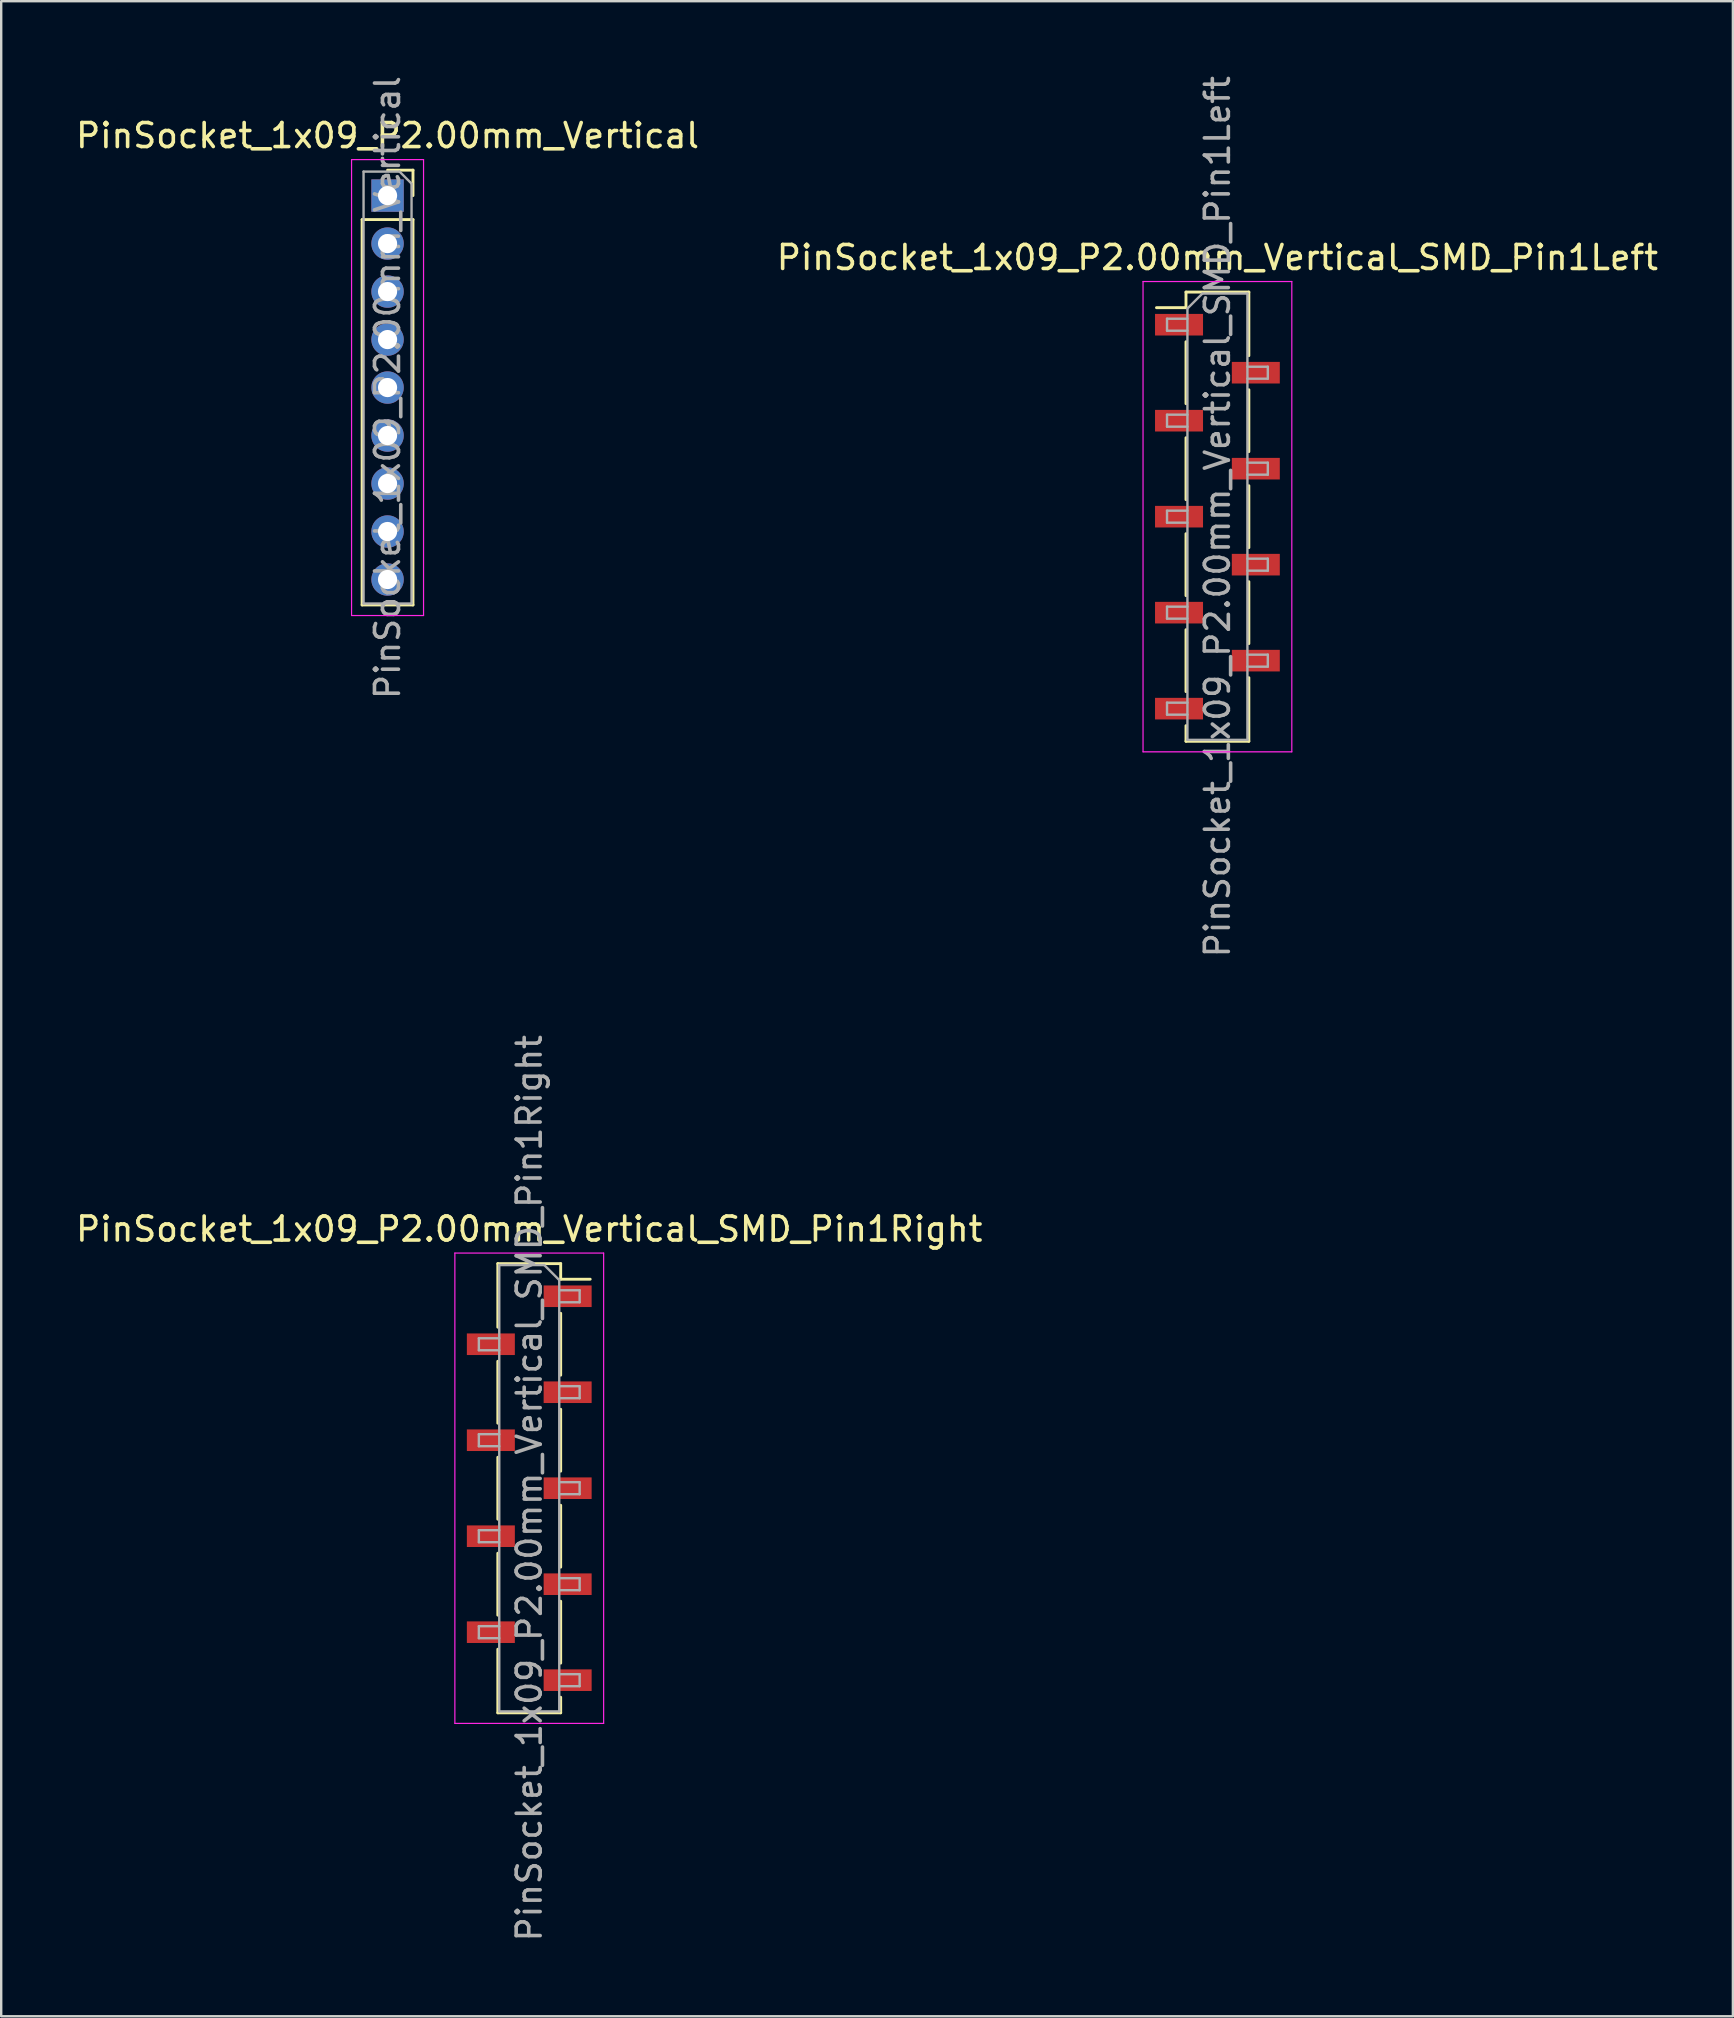
<source format=kicad_pcb>
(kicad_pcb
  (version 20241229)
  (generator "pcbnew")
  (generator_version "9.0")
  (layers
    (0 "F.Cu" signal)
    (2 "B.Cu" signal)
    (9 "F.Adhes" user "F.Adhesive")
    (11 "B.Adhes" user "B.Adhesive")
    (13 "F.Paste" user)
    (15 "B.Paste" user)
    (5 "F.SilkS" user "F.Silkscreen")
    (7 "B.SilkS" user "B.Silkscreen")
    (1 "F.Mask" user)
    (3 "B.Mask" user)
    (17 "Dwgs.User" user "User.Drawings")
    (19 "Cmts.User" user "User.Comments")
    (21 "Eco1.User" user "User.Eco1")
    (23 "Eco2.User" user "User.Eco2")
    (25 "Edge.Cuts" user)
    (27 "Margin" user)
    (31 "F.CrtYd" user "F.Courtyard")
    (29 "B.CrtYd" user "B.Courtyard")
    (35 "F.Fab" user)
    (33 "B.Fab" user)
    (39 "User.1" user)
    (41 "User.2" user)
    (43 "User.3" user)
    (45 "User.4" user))
  (footprint "PinSocket_1x09_P2.00mm_Vertical_SMD_Pin1Right"
    (layer "F.Cu")
    (at 19.006 58.97)
    (property "Reference" "PinSocket_1x09_P2.00mm_Vertical_SMD_Pin1Right" (at 0 -10.8 0) (layer "F.SilkS") (effects (font (size 1 1) (thickness 0.15))))
    (attr smd)
    (fp_line (start -1.31 -9.36) (end -1.31 -6.71) (stroke (width 0.12) (type solid)) (layer "F.SilkS"))
    (fp_line (start -1.31 -9.36) (end 1.31 -9.36) (stroke (width 0.12) (type solid)) (layer "F.SilkS"))
    (fp_line (start -1.31 -5.29) (end -1.31 -2.71) (stroke (width 0.12) (type solid)) (layer "F.SilkS"))
    (fp_line (start -1.31 -1.29) (end -1.31 1.29) (stroke (width 0.12) (type solid)) (layer "F.SilkS"))
    (fp_line (start -1.31 2.71) (end -1.31 5.29) (stroke (width 0.12) (type solid)) (layer "F.SilkS"))
    (fp_line (start -1.31 6.71) (end -1.31 9.36) (stroke (width 0.12) (type solid)) (layer "F.SilkS"))
    (fp_line (start -1.31 9.36) (end 1.31 9.36) (stroke (width 0.12) (type solid)) (layer "F.SilkS"))
    (fp_line (start 1.31 -9.36) (end 1.31 -8.71) (stroke (width 0.12) (type solid)) (layer "F.SilkS"))
    (fp_line (start 1.31 -8.71) (end 2.54 -8.71) (stroke (width 0.12) (type solid)) (layer "F.SilkS"))
    (fp_line (start 1.31 -7.29) (end 1.31 -4.71) (stroke (width 0.12) (type solid)) (layer "F.SilkS"))
    (fp_line (start 1.31 -3.29) (end 1.31 -0.71) (stroke (width 0.12) (type solid)) (layer "F.SilkS"))
    (fp_line (start 1.31 0.71) (end 1.31 3.29) (stroke (width 0.12) (type solid)) (layer "F.SilkS"))
    (fp_line (start 1.31 4.71) (end 1.31 7.29) (stroke (width 0.12) (type solid)) (layer "F.SilkS"))
    (fp_line (start 1.31 8.71) (end 1.31 9.36) (stroke (width 0.12) (type solid)) (layer "F.SilkS"))
    (fp_line (start -3.1 -9.8) (end 3.1 -9.8) (stroke (width 0.05) (type solid)) (layer "F.CrtYd"))
    (fp_line (start -3.1 9.8) (end -3.1 -9.8) (stroke (width 0.05) (type solid)) (layer "F.CrtYd"))
    (fp_line (start 3.1 -9.8) (end 3.1 9.8) (stroke (width 0.05) (type solid)) (layer "F.CrtYd"))
    (fp_line (start 3.1 9.8) (end -3.1 9.8) (stroke (width 0.05) (type solid)) (layer "F.CrtYd"))
    (fp_line (start -2.1 -6.25) (end -1.25 -6.25) (stroke (width 0.1) (type solid)) (layer "F.Fab"))
    (fp_line (start -2.1 -5.75) (end -2.1 -6.25) (stroke (width 0.1) (type solid)) (layer "F.Fab"))
    (fp_line (start -2.1 -2.25) (end -1.25 -2.25) (stroke (width 0.1) (type solid)) (layer "F.Fab"))
    (fp_line (start -2.1 -1.75) (end -2.1 -2.25) (stroke (width 0.1) (type solid)) (layer "F.Fab"))
    (fp_line (start -2.1 1.75) (end -1.25 1.75) (stroke (width 0.1) (type solid)) (layer "F.Fab"))
    (fp_line (start -2.1 2.25) (end -2.1 1.75) (stroke (width 0.1) (type solid)) (layer "F.Fab"))
    (fp_line (start -2.1 5.75) (end -1.25 5.75) (stroke (width 0.1) (type solid)) (layer "F.Fab"))
    (fp_line (start -2.1 6.25) (end -2.1 5.75) (stroke (width 0.1) (type solid)) (layer "F.Fab"))
    (fp_line (start -1.25 -9.3) (end 0.625 -9.3) (stroke (width 0.1) (type solid)) (layer "F.Fab"))
    (fp_line (start -1.25 -5.75) (end -2.1 -5.75) (stroke (width 0.1) (type solid)) (layer "F.Fab"))
    (fp_line (start -1.25 -1.75) (end -2.1 -1.75) (stroke (width 0.1) (type solid)) (layer "F.Fab"))
    (fp_line (start -1.25 2.25) (end -2.1 2.25) (stroke (width 0.1) (type solid)) (layer "F.Fab"))
    (fp_line (start -1.25 6.25) (end -2.1 6.25) (stroke (width 0.1) (type solid)) (layer "F.Fab"))
    (fp_line (start -1.25 9.3) (end -1.25 -9.3) (stroke (width 0.1) (type solid)) (layer "F.Fab"))
    (fp_line (start 0.625 -9.3) (end 1.25 -8.675) (stroke (width 0.1) (type solid)) (layer "F.Fab"))
    (fp_line (start 1.25 -8.675) (end 1.25 9.3) (stroke (width 0.1) (type solid)) (layer "F.Fab"))
    (fp_line (start 1.25 -8.25) (end 2.1 -8.25) (stroke (width 0.1) (type solid)) (layer "F.Fab"))
    (fp_line (start 1.25 -4.25) (end 2.1 -4.25) (stroke (width 0.1) (type solid)) (layer "F.Fab"))
    (fp_line (start 1.25 -0.25) (end 2.1 -0.25) (stroke (width 0.1) (type solid)) (layer "F.Fab"))
    (fp_line (start 1.25 3.75) (end 2.1 3.75) (stroke (width 0.1) (type solid)) (layer "F.Fab"))
    (fp_line (start 1.25 7.75) (end 2.1 7.75) (stroke (width 0.1) (type solid)) (layer "F.Fab"))
    (fp_line (start 1.25 9.3) (end -1.25 9.3) (stroke (width 0.1) (type solid)) (layer "F.Fab"))
    (fp_line (start 2.1 -8.25) (end 2.1 -7.75) (stroke (width 0.1) (type solid)) (layer "F.Fab"))
    (fp_line (start 2.1 -7.75) (end 1.25 -7.75) (stroke (width 0.1) (type solid)) (layer "F.Fab"))
    (fp_line (start 2.1 -4.25) (end 2.1 -3.75) (stroke (width 0.1) (type solid)) (layer "F.Fab"))
    (fp_line (start 2.1 -3.75) (end 1.25 -3.75) (stroke (width 0.1) (type solid)) (layer "F.Fab"))
    (fp_line (start 2.1 -0.25) (end 2.1 0.25) (stroke (width 0.1) (type solid)) (layer "F.Fab"))
    (fp_line (start 2.1 0.25) (end 1.25 0.25) (stroke (width 0.1) (type solid)) (layer "F.Fab"))
    (fp_line (start 2.1 3.75) (end 2.1 4.25) (stroke (width 0.1) (type solid)) (layer "F.Fab"))
    (fp_line (start 2.1 4.25) (end 1.25 4.25) (stroke (width 0.1) (type solid)) (layer "F.Fab"))
    (fp_line (start 2.1 7.75) (end 2.1 8.25) (stroke (width 0.1) (type solid)) (layer "F.Fab"))
    (fp_line (start 2.1 8.25) (end 1.25 8.25) (stroke (width 0.1) (type solid)) (layer "F.Fab"))
    (fp_text user "${REFERENCE}" (at 0 0 90) (layer "F.Fab") (effects (font (size 1 1) (thickness 0.15))))
    (pad "1" smd rect (at 1.6 -8) (size 2 0.9) (layers "F.Cu" "F.Mask" "F.Paste"))
    (pad "2" smd rect (at -1.6 -6) (size 2 0.9) (layers "F.Cu" "F.Mask" "F.Paste"))
    (pad "3" smd rect (at 1.6 -4) (size 2 0.9) (layers "F.Cu" "F.Mask" "F.Paste"))
    (pad "4" smd rect (at -1.6 -2) (size 2 0.9) (layers "F.Cu" "F.Mask" "F.Paste"))
    (pad "5" smd rect (at 1.6 0) (size 2 0.9) (layers "F.Cu" "F.Mask" "F.Paste"))
    (pad "6" smd rect (at -1.6 2) (size 2 0.9) (layers "F.Cu" "F.Mask" "F.Paste"))
    (pad "7" smd rect (at 1.6 4) (size 2 0.9) (layers "F.Cu" "F.Mask" "F.Paste"))
    (pad "8" smd rect (at -1.6 6) (size 2 0.9) (layers "F.Cu" "F.Mask" "F.Paste"))
    (pad "9" smd rect (at 1.6 8) (size 2 0.9) (layers "F.Cu" "F.Mask" "F.Paste")))
  (footprint "PinSocket_1x09_P2.00mm_Vertical"
    (layer "F.Cu")
    (at 13.101 5.101)
    (property "Reference" "PinSocket_1x09_P2.00mm_Vertical" (at 0 -2.5 0) (layer "F.SilkS") (effects (font (size 1 1) (thickness 0.15))))
    (attr through_hole)
    (fp_line (start -1.06 1) (end -1.06 17.06) (stroke (width 0.12) (type solid)) (layer "F.SilkS"))
    (fp_line (start -1.06 1) (end 1.06 1) (stroke (width 0.12) (type solid)) (layer "F.SilkS"))
    (fp_line (start -1.06 17.06) (end 1.06 17.06) (stroke (width 0.12) (type solid)) (layer "F.SilkS"))
    (fp_line (start 0 -1.06) (end 1.06 -1.06) (stroke (width 0.12) (type solid)) (layer "F.SilkS"))
    (fp_line (start 1.06 -1.06) (end 1.06 0) (stroke (width 0.12) (type solid)) (layer "F.SilkS"))
    (fp_line (start 1.06 1) (end 1.06 17.06) (stroke (width 0.12) (type solid)) (layer "F.SilkS"))
    (fp_line (start -1.5 -1.5) (end 1.5 -1.5) (stroke (width 0.05) (type solid)) (layer "F.CrtYd"))
    (fp_line (start -1.5 17.5) (end -1.5 -1.5) (stroke (width 0.05) (type solid)) (layer "F.CrtYd"))
    (fp_line (start 1.5 -1.5) (end 1.5 17.5) (stroke (width 0.05) (type solid)) (layer "F.CrtYd"))
    (fp_line (start 1.5 17.5) (end -1.5 17.5) (stroke (width 0.05) (type solid)) (layer "F.CrtYd"))
    (fp_line (start -1 -1) (end 0.5 -1) (stroke (width 0.1) (type solid)) (layer "F.Fab"))
    (fp_line (start -1 17) (end -1 -1) (stroke (width 0.1) (type solid)) (layer "F.Fab"))
    (fp_line (start 0.5 -1) (end 1 -0.5) (stroke (width 0.1) (type solid)) (layer "F.Fab"))
    (fp_line (start 1 -0.5) (end 1 17) (stroke (width 0.1) (type solid)) (layer "F.Fab"))
    (fp_line (start 1 17) (end -1 17) (stroke (width 0.1) (type solid)) (layer "F.Fab"))
    (fp_text user "${REFERENCE}" (at 0 8 90) (layer "F.Fab") (effects (font (size 1 1) (thickness 0.15))))
    (pad "1" thru_hole rect (at 0 0) (size 1.35 1.35) (drill 0.8) (layers "*.Cu" "*.Mask"))
    (pad "2" thru_hole oval (at 0 2) (size 1.35 1.35) (drill 0.8) (layers "*.Cu" "*.Mask"))
    (pad "3" thru_hole oval (at 0 4) (size 1.35 1.35) (drill 0.8) (layers "*.Cu" "*.Mask"))
    (pad "4" thru_hole oval (at 0 6) (size 1.35 1.35) (drill 0.8) (layers "*.Cu" "*.Mask"))
    (pad "5" thru_hole oval (at 0 8) (size 1.35 1.35) (drill 0.8) (layers "*.Cu" "*.Mask"))
    (pad "6" thru_hole oval (at 0 10) (size 1.35 1.35) (drill 0.8) (layers "*.Cu" "*.Mask"))
    (pad "7" thru_hole oval (at 0 12) (size 1.35 1.35) (drill 0.8) (layers "*.Cu" "*.Mask"))
    (pad "8" thru_hole oval (at 0 14) (size 1.35 1.35) (drill 0.8) (layers "*.Cu" "*.Mask"))
    (pad "9" thru_hole oval (at 0 16) (size 1.35 1.35) (drill 0.8) (layers "*.Cu" "*.Mask")))
  (footprint "PinSocket_1x09_P2.00mm_Vertical_SMD_Pin1Left"
    (layer "F.Cu")
    (at 47.685 18.482)
    (property "Reference" "PinSocket_1x09_P2.00mm_Vertical_SMD_Pin1Left" (at 0 -10.8 0) (layer "F.SilkS") (effects (font (size 1 1) (thickness 0.15))))
    (attr smd)
    (fp_line (start -2.54 -8.71) (end -1.31 -8.71) (stroke (width 0.12) (type solid)) (layer "F.SilkS"))
    (fp_line (start -1.31 -9.36) (end -1.31 -8.71) (stroke (width 0.12) (type solid)) (layer "F.SilkS"))
    (fp_line (start -1.31 -9.36) (end 1.31 -9.36) (stroke (width 0.12) (type solid)) (layer "F.SilkS"))
    (fp_line (start -1.31 -7.29) (end -1.31 -4.71) (stroke (width 0.12) (type solid)) (layer "F.SilkS"))
    (fp_line (start -1.31 -3.29) (end -1.31 -0.71) (stroke (width 0.12) (type solid)) (layer "F.SilkS"))
    (fp_line (start -1.31 0.71) (end -1.31 3.29) (stroke (width 0.12) (type solid)) (layer "F.SilkS"))
    (fp_line (start -1.31 4.71) (end -1.31 7.29) (stroke (width 0.12) (type solid)) (layer "F.SilkS"))
    (fp_line (start -1.31 8.71) (end -1.31 9.36) (stroke (width 0.12) (type solid)) (layer "F.SilkS"))
    (fp_line (start -1.31 9.36) (end 1.31 9.36) (stroke (width 0.12) (type solid)) (layer "F.SilkS"))
    (fp_line (start 1.31 -9.36) (end 1.31 -6.71) (stroke (width 0.12) (type solid)) (layer "F.SilkS"))
    (fp_line (start 1.31 -5.29) (end 1.31 -2.71) (stroke (width 0.12) (type solid)) (layer "F.SilkS"))
    (fp_line (start 1.31 -1.29) (end 1.31 1.29) (stroke (width 0.12) (type solid)) (layer "F.SilkS"))
    (fp_line (start 1.31 2.71) (end 1.31 5.29) (stroke (width 0.12) (type solid)) (layer "F.SilkS"))
    (fp_line (start 1.31 6.71) (end 1.31 9.36) (stroke (width 0.12) (type solid)) (layer "F.SilkS"))
    (fp_line (start -3.1 -9.8) (end 3.1 -9.8) (stroke (width 0.05) (type solid)) (layer "F.CrtYd"))
    (fp_line (start -3.1 9.8) (end -3.1 -9.8) (stroke (width 0.05) (type solid)) (layer "F.CrtYd"))
    (fp_line (start 3.1 -9.8) (end 3.1 9.8) (stroke (width 0.05) (type solid)) (layer "F.CrtYd"))
    (fp_line (start 3.1 9.8) (end -3.1 9.8) (stroke (width 0.05) (type solid)) (layer "F.CrtYd"))
    (fp_line (start -2.1 -8.25) (end -1.25 -8.25) (stroke (width 0.1) (type solid)) (layer "F.Fab"))
    (fp_line (start -2.1 -7.75) (end -2.1 -8.25) (stroke (width 0.1) (type solid)) (layer "F.Fab"))
    (fp_line (start -2.1 -4.25) (end -1.25 -4.25) (stroke (width 0.1) (type solid)) (layer "F.Fab"))
    (fp_line (start -2.1 -3.75) (end -2.1 -4.25) (stroke (width 0.1) (type solid)) (layer "F.Fab"))
    (fp_line (start -2.1 -0.25) (end -1.25 -0.25) (stroke (width 0.1) (type solid)) (layer "F.Fab"))
    (fp_line (start -2.1 0.25) (end -2.1 -0.25) (stroke (width 0.1) (type solid)) (layer "F.Fab"))
    (fp_line (start -2.1 3.75) (end -1.25 3.75) (stroke (width 0.1) (type solid)) (layer "F.Fab"))
    (fp_line (start -2.1 4.25) (end -2.1 3.75) (stroke (width 0.1) (type solid)) (layer "F.Fab"))
    (fp_line (start -2.1 7.75) (end -1.25 7.75) (stroke (width 0.1) (type solid)) (layer "F.Fab"))
    (fp_line (start -2.1 8.25) (end -2.1 7.75) (stroke (width 0.1) (type solid)) (layer "F.Fab"))
    (fp_line (start -1.25 -8.675) (end -0.625 -9.3) (stroke (width 0.1) (type solid)) (layer "F.Fab"))
    (fp_line (start -1.25 -7.75) (end -2.1 -7.75) (stroke (width 0.1) (type solid)) (layer "F.Fab"))
    (fp_line (start -1.25 -3.75) (end -2.1 -3.75) (stroke (width 0.1) (type solid)) (layer "F.Fab"))
    (fp_line (start -1.25 0.25) (end -2.1 0.25) (stroke (width 0.1) (type solid)) (layer "F.Fab"))
    (fp_line (start -1.25 4.25) (end -2.1 4.25) (stroke (width 0.1) (type solid)) (layer "F.Fab"))
    (fp_line (start -1.25 8.25) (end -2.1 8.25) (stroke (width 0.1) (type solid)) (layer "F.Fab"))
    (fp_line (start -1.25 9.3) (end -1.25 -8.675) (stroke (width 0.1) (type solid)) (layer "F.Fab"))
    (fp_line (start -0.625 -9.3) (end 1.25 -9.3) (stroke (width 0.1) (type solid)) (layer "F.Fab"))
    (fp_line (start 1.25 -9.3) (end 1.25 9.3) (stroke (width 0.1) (type solid)) (layer "F.Fab"))
    (fp_line (start 1.25 -6.25) (end 2.1 -6.25) (stroke (width 0.1) (type solid)) (layer "F.Fab"))
    (fp_line (start 1.25 -2.25) (end 2.1 -2.25) (stroke (width 0.1) (type solid)) (layer "F.Fab"))
    (fp_line (start 1.25 1.75) (end 2.1 1.75) (stroke (width 0.1) (type solid)) (layer "F.Fab"))
    (fp_line (start 1.25 5.75) (end 2.1 5.75) (stroke (width 0.1) (type solid)) (layer "F.Fab"))
    (fp_line (start 1.25 9.3) (end -1.25 9.3) (stroke (width 0.1) (type solid)) (layer "F.Fab"))
    (fp_line (start 2.1 -6.25) (end 2.1 -5.75) (stroke (width 0.1) (type solid)) (layer "F.Fab"))
    (fp_line (start 2.1 -5.75) (end 1.25 -5.75) (stroke (width 0.1) (type solid)) (layer "F.Fab"))
    (fp_line (start 2.1 -2.25) (end 2.1 -1.75) (stroke (width 0.1) (type solid)) (layer "F.Fab"))
    (fp_line (start 2.1 -1.75) (end 1.25 -1.75) (stroke (width 0.1) (type solid)) (layer "F.Fab"))
    (fp_line (start 2.1 1.75) (end 2.1 2.25) (stroke (width 0.1) (type solid)) (layer "F.Fab"))
    (fp_line (start 2.1 2.25) (end 1.25 2.25) (stroke (width 0.1) (type solid)) (layer "F.Fab"))
    (fp_line (start 2.1 5.75) (end 2.1 6.25) (stroke (width 0.1) (type solid)) (layer "F.Fab"))
    (fp_line (start 2.1 6.25) (end 1.25 6.25) (stroke (width 0.1) (type solid)) (layer "F.Fab"))
    (fp_text user "${REFERENCE}" (at 0 0 90) (layer "F.Fab") (effects (font (size 1 1) (thickness 0.15))))
    (pad "1" smd rect (at -1.6 -8) (size 2 0.9) (layers "F.Cu" "F.Mask" "F.Paste"))
    (pad "2" smd rect (at 1.6 -6) (size 2 0.9) (layers "F.Cu" "F.Mask" "F.Paste"))
    (pad "3" smd rect (at -1.6 -4) (size 2 0.9) (layers "F.Cu" "F.Mask" "F.Paste"))
    (pad "4" smd rect (at 1.6 -2) (size 2 0.9) (layers "F.Cu" "F.Mask" "F.Paste"))
    (pad "5" smd rect (at -1.6 0) (size 2 0.9) (layers "F.Cu" "F.Mask" "F.Paste"))
    (pad "6" smd rect (at 1.6 2) (size 2 0.9) (layers "F.Cu" "F.Mask" "F.Paste"))
    (pad "7" smd rect (at -1.6 4) (size 2 0.9) (layers "F.Cu" "F.Mask" "F.Paste"))
    (pad "8" smd rect (at 1.6 6) (size 2 0.9) (layers "F.Cu" "F.Mask" "F.Paste"))
    (pad "9" smd rect (at -1.6 8) (size 2 0.9) (layers "F.Cu" "F.Mask" "F.Paste")))
  (gr_rect
    (start -3 -3)
    (end 69.167 80.976)
    (stroke (width 0.1) (type default))
    (fill no)
    (layer "Edge.Cuts")))
</source>
